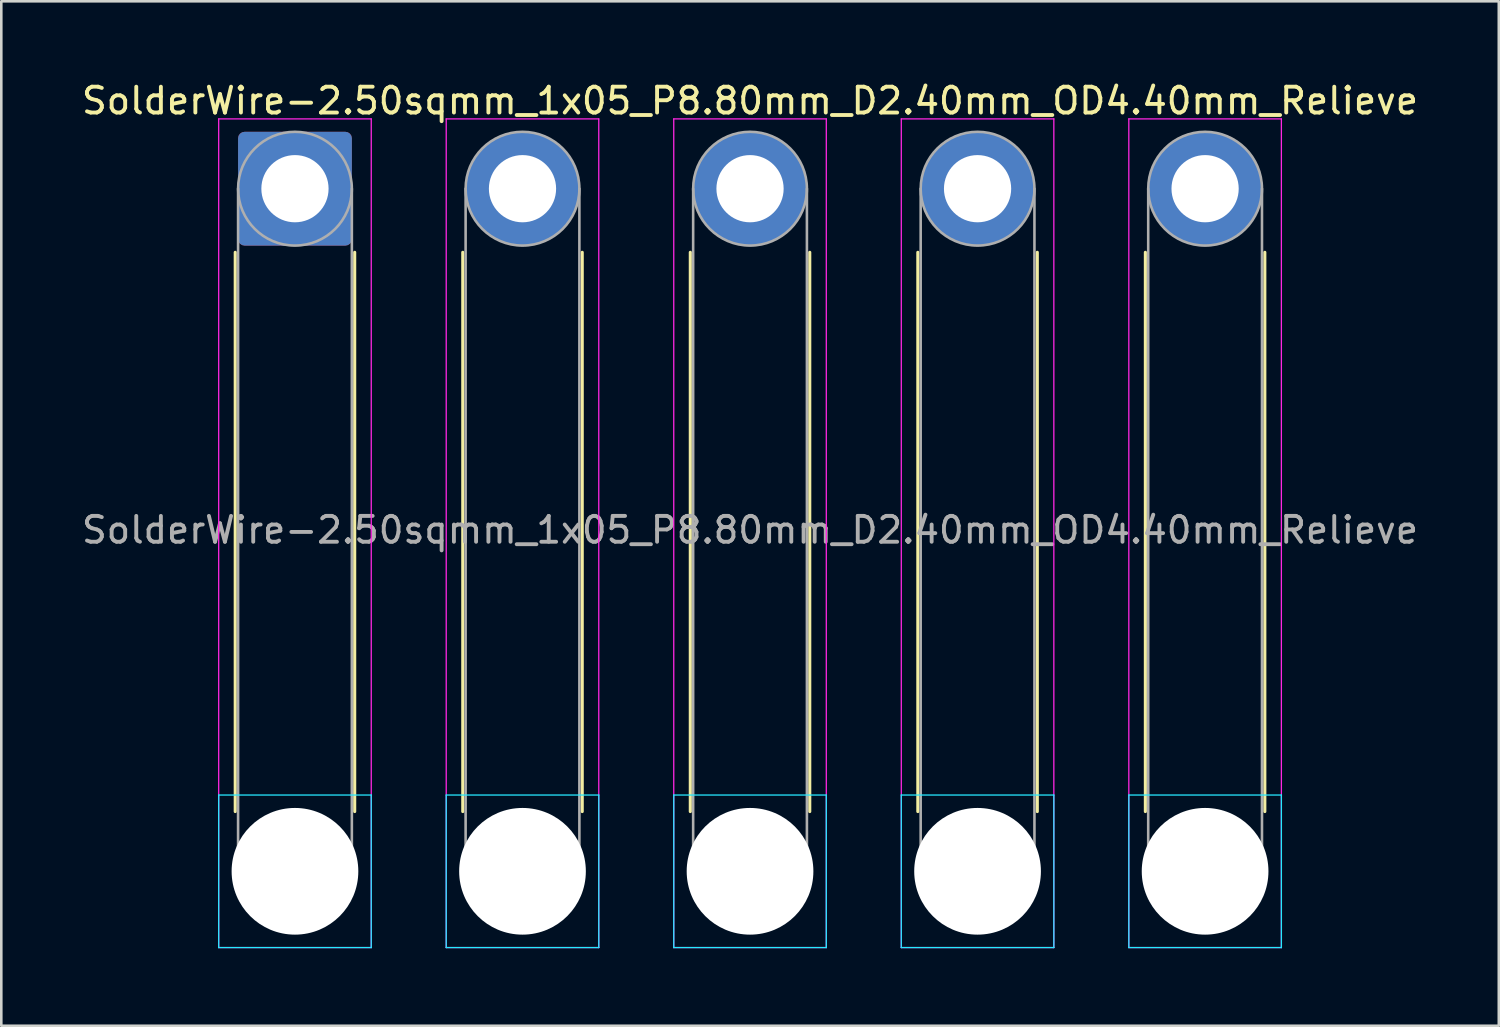
<source format=kicad_pcb>
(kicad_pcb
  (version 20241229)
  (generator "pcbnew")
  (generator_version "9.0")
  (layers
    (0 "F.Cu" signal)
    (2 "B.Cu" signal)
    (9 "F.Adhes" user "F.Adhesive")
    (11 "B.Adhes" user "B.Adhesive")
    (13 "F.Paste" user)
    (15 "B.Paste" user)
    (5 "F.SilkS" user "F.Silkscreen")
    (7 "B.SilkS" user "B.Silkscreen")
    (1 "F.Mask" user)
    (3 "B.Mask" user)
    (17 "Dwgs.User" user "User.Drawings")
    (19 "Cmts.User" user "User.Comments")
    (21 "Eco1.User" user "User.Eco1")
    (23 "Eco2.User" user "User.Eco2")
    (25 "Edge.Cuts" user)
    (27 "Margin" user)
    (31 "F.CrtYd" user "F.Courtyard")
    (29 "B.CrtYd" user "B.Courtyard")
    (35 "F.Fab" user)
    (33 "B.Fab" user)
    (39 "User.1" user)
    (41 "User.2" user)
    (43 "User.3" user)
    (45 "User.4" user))
  (footprint "SolderWire-2.50sqmm_1x05_P8.80mm_D2.40mm_OD4.40mm_Relieve"
    (layer "F.Cu")
    (at 8.358 4.248)
    (property "Reference" "SolderWire-2.50sqmm_1x05_P8.80mm_D2.40mm_OD4.40mm_Relieve" (at 17.6 -3.4 0) (layer "F.SilkS") (effects (font (size 1 1) (thickness 0.15))))
    (attr exclude_from_pos_files exclude_from_bom)
    (fp_line (start -2.31 2.46) (end -2.31 24.09) (stroke (width 0.12) (type solid)) (layer "F.SilkS"))
    (fp_line (start 2.31 2.46) (end 2.31 24.09) (stroke (width 0.12) (type solid)) (layer "F.SilkS"))
    (fp_line (start 6.49 2.46) (end 6.49 24.09) (stroke (width 0.12) (type solid)) (layer "F.SilkS"))
    (fp_line (start 11.11 2.46) (end 11.11 24.09) (stroke (width 0.12) (type solid)) (layer "F.SilkS"))
    (fp_line (start 15.29 2.46) (end 15.29 24.09) (stroke (width 0.12) (type solid)) (layer "F.SilkS"))
    (fp_line (start 19.91 2.46) (end 19.91 24.09) (stroke (width 0.12) (type solid)) (layer "F.SilkS"))
    (fp_line (start 24.09 2.46) (end 24.09 24.09) (stroke (width 0.12) (type solid)) (layer "F.SilkS"))
    (fp_line (start 28.71 2.46) (end 28.71 24.09) (stroke (width 0.12) (type solid)) (layer "F.SilkS"))
    (fp_line (start 32.89 2.46) (end 32.89 24.09) (stroke (width 0.12) (type solid)) (layer "F.SilkS"))
    (fp_line (start 37.51 2.46) (end 37.51 24.09) (stroke (width 0.12) (type solid)) (layer "F.SilkS"))
    (fp_line (start -2.95 23.45) (end -2.95 29.35) (stroke (width 0.05) (type solid)) (layer "B.CrtYd"))
    (fp_line (start -2.95 29.35) (end 2.95 29.35) (stroke (width 0.05) (type solid)) (layer "B.CrtYd"))
    (fp_line (start 2.95 23.45) (end -2.95 23.45) (stroke (width 0.05) (type solid)) (layer "B.CrtYd"))
    (fp_line (start 2.95 29.35) (end 2.95 23.45) (stroke (width 0.05) (type solid)) (layer "B.CrtYd"))
    (fp_line (start 5.85 23.45) (end 5.85 29.35) (stroke (width 0.05) (type solid)) (layer "B.CrtYd"))
    (fp_line (start 5.85 29.35) (end 11.75 29.35) (stroke (width 0.05) (type solid)) (layer "B.CrtYd"))
    (fp_line (start 11.75 23.45) (end 5.85 23.45) (stroke (width 0.05) (type solid)) (layer "B.CrtYd"))
    (fp_line (start 11.75 29.35) (end 11.75 23.45) (stroke (width 0.05) (type solid)) (layer "B.CrtYd"))
    (fp_line (start 14.65 23.45) (end 14.65 29.35) (stroke (width 0.05) (type solid)) (layer "B.CrtYd"))
    (fp_line (start 14.65 29.35) (end 20.55 29.35) (stroke (width 0.05) (type solid)) (layer "B.CrtYd"))
    (fp_line (start 20.55 23.45) (end 14.65 23.45) (stroke (width 0.05) (type solid)) (layer "B.CrtYd"))
    (fp_line (start 20.55 29.35) (end 20.55 23.45) (stroke (width 0.05) (type solid)) (layer "B.CrtYd"))
    (fp_line (start 23.45 23.45) (end 23.45 29.35) (stroke (width 0.05) (type solid)) (layer "B.CrtYd"))
    (fp_line (start 23.45 29.35) (end 29.35 29.35) (stroke (width 0.05) (type solid)) (layer "B.CrtYd"))
    (fp_line (start 29.35 23.45) (end 23.45 23.45) (stroke (width 0.05) (type solid)) (layer "B.CrtYd"))
    (fp_line (start 29.35 29.35) (end 29.35 23.45) (stroke (width 0.05) (type solid)) (layer "B.CrtYd"))
    (fp_line (start 32.25 23.45) (end 32.25 29.35) (stroke (width 0.05) (type solid)) (layer "B.CrtYd"))
    (fp_line (start 32.25 29.35) (end 38.15 29.35) (stroke (width 0.05) (type solid)) (layer "B.CrtYd"))
    (fp_line (start 38.15 23.45) (end 32.25 23.45) (stroke (width 0.05) (type solid)) (layer "B.CrtYd"))
    (fp_line (start 38.15 29.35) (end 38.15 23.45) (stroke (width 0.05) (type solid)) (layer "B.CrtYd"))
    (fp_line (start -2.95 -2.7) (end -2.95 29.35) (stroke (width 0.05) (type solid)) (layer "F.CrtYd"))
    (fp_line (start -2.95 29.35) (end 2.95 29.35) (stroke (width 0.05) (type solid)) (layer "F.CrtYd"))
    (fp_line (start 2.95 -2.7) (end -2.95 -2.7) (stroke (width 0.05) (type solid)) (layer "F.CrtYd"))
    (fp_line (start 2.95 29.35) (end 2.95 -2.7) (stroke (width 0.05) (type solid)) (layer "F.CrtYd"))
    (fp_line (start 5.85 -2.7) (end 5.85 29.35) (stroke (width 0.05) (type solid)) (layer "F.CrtYd"))
    (fp_line (start 5.85 29.35) (end 11.75 29.35) (stroke (width 0.05) (type solid)) (layer "F.CrtYd"))
    (fp_line (start 11.75 -2.7) (end 5.85 -2.7) (stroke (width 0.05) (type solid)) (layer "F.CrtYd"))
    (fp_line (start 11.75 29.35) (end 11.75 -2.7) (stroke (width 0.05) (type solid)) (layer "F.CrtYd"))
    (fp_line (start 14.65 -2.7) (end 14.65 29.35) (stroke (width 0.05) (type solid)) (layer "F.CrtYd"))
    (fp_line (start 14.65 29.35) (end 20.55 29.35) (stroke (width 0.05) (type solid)) (layer "F.CrtYd"))
    (fp_line (start 20.55 -2.7) (end 14.65 -2.7) (stroke (width 0.05) (type solid)) (layer "F.CrtYd"))
    (fp_line (start 20.55 29.35) (end 20.55 -2.7) (stroke (width 0.05) (type solid)) (layer "F.CrtYd"))
    (fp_line (start 23.45 -2.7) (end 23.45 29.35) (stroke (width 0.05) (type solid)) (layer "F.CrtYd"))
    (fp_line (start 23.45 29.35) (end 29.35 29.35) (stroke (width 0.05) (type solid)) (layer "F.CrtYd"))
    (fp_line (start 29.35 -2.7) (end 23.45 -2.7) (stroke (width 0.05) (type solid)) (layer "F.CrtYd"))
    (fp_line (start 29.35 29.35) (end 29.35 -2.7) (stroke (width 0.05) (type solid)) (layer "F.CrtYd"))
    (fp_line (start 32.25 -2.7) (end 32.25 29.35) (stroke (width 0.05) (type solid)) (layer "F.CrtYd"))
    (fp_line (start 32.25 29.35) (end 38.15 29.35) (stroke (width 0.05) (type solid)) (layer "F.CrtYd"))
    (fp_line (start 38.15 -2.7) (end 32.25 -2.7) (stroke (width 0.05) (type solid)) (layer "F.CrtYd"))
    (fp_line (start 38.15 29.35) (end 38.15 -2.7) (stroke (width 0.05) (type solid)) (layer "F.CrtYd"))
    (fp_line (start -2.2 0) (end -2.2 26.4) (stroke (width 0.1) (type solid)) (layer "F.Fab"))
    (fp_line (start 2.2 0) (end 2.2 26.4) (stroke (width 0.1) (type solid)) (layer "F.Fab"))
    (fp_line (start 6.6 0) (end 6.6 26.4) (stroke (width 0.1) (type solid)) (layer "F.Fab"))
    (fp_line (start 11 0) (end 11 26.4) (stroke (width 0.1) (type solid)) (layer "F.Fab"))
    (fp_line (start 15.4 0) (end 15.4 26.4) (stroke (width 0.1) (type solid)) (layer "F.Fab"))
    (fp_line (start 19.8 0) (end 19.8 26.4) (stroke (width 0.1) (type solid)) (layer "F.Fab"))
    (fp_line (start 24.2 0) (end 24.2 26.4) (stroke (width 0.1) (type solid)) (layer "F.Fab"))
    (fp_line (start 28.6 0) (end 28.6 26.4) (stroke (width 0.1) (type solid)) (layer "F.Fab"))
    (fp_line (start 33 0) (end 33 26.4) (stroke (width 0.1) (type solid)) (layer "F.Fab"))
    (fp_line (start 37.4 0) (end 37.4 26.4) (stroke (width 0.1) (type solid)) (layer "F.Fab"))
    (fp_circle (center 0 0) (end 2.2 0) (stroke (width 0.1) (type solid)) (fill no) (layer "F.Fab"))
    (fp_circle (center 0 26.4) (end 2.2 26.4) (stroke (width 0.1) (type solid)) (fill no) (layer "F.Fab"))
    (fp_circle (center 8.8 0) (end 11 0) (stroke (width 0.1) (type solid)) (fill no) (layer "F.Fab"))
    (fp_circle (center 8.8 26.4) (end 11 26.4) (stroke (width 0.1) (type solid)) (fill no) (layer "F.Fab"))
    (fp_circle (center 17.6 0) (end 19.8 0) (stroke (width 0.1) (type solid)) (fill no) (layer "F.Fab"))
    (fp_circle (center 17.6 26.4) (end 19.8 26.4) (stroke (width 0.1) (type solid)) (fill no) (layer "F.Fab"))
    (fp_circle (center 26.4 0) (end 28.6 0) (stroke (width 0.1) (type solid)) (fill no) (layer "F.Fab"))
    (fp_circle (center 26.4 26.4) (end 28.6 26.4) (stroke (width 0.1) (type solid)) (fill no) (layer "F.Fab"))
    (fp_circle (center 35.2 0) (end 37.4 0) (stroke (width 0.1) (type solid)) (fill no) (layer "F.Fab"))
    (fp_circle (center 35.2 26.4) (end 37.4 26.4) (stroke (width 0.1) (type solid)) (fill no) (layer "F.Fab"))
    (fp_text user "${REFERENCE}" (at 17.6 13.2 0) (layer "F.Fab") (effects (font (size 1 1) (thickness 0.15))))
    (pad "" np_thru_hole circle (at 0 26.4) (size 4.9 4.9) (drill 4.9) (layers "*.Cu" "*.Mask"))
    (pad "" np_thru_hole circle (at 8.8 26.4) (size 4.9 4.9) (drill 4.9) (layers "*.Cu" "*.Mask"))
    (pad "" np_thru_hole circle (at 17.6 26.4) (size 4.9 4.9) (drill 4.9) (layers "*.Cu" "*.Mask"))
    (pad "" np_thru_hole circle (at 26.4 26.4) (size 4.9 4.9) (drill 4.9) (layers "*.Cu" "*.Mask"))
    (pad "" np_thru_hole circle (at 35.2 26.4) (size 4.9 4.9) (drill 4.9) (layers "*.Cu" "*.Mask"))
    (pad "1" thru_hole roundrect (at 0 0) (size 4.4 4.4) (drill 2.6) (layers "*.Cu" "*.Mask") (roundrect_rratio 0.057))
    (pad "2" thru_hole circle (at 8.8 0) (size 4.4 4.4) (drill 2.6) (layers "*.Cu" "*.Mask"))
    (pad "3" thru_hole circle (at 17.6 0) (size 4.4 4.4) (drill 2.6) (layers "*.Cu" "*.Mask"))
    (pad "4" thru_hole circle (at 26.4 0) (size 4.4 4.4) (drill 2.6) (layers "*.Cu" "*.Mask"))
    (pad "5" thru_hole circle (at 35.2 0) (size 4.4 4.4) (drill 2.6) (layers "*.Cu" "*.Mask")))
  (gr_rect
    (start -3 -3)
    (end 54.917 36.623)
    (stroke (width 0.1) (type default))
    (fill no)
    (layer "Edge.Cuts")))
</source>
